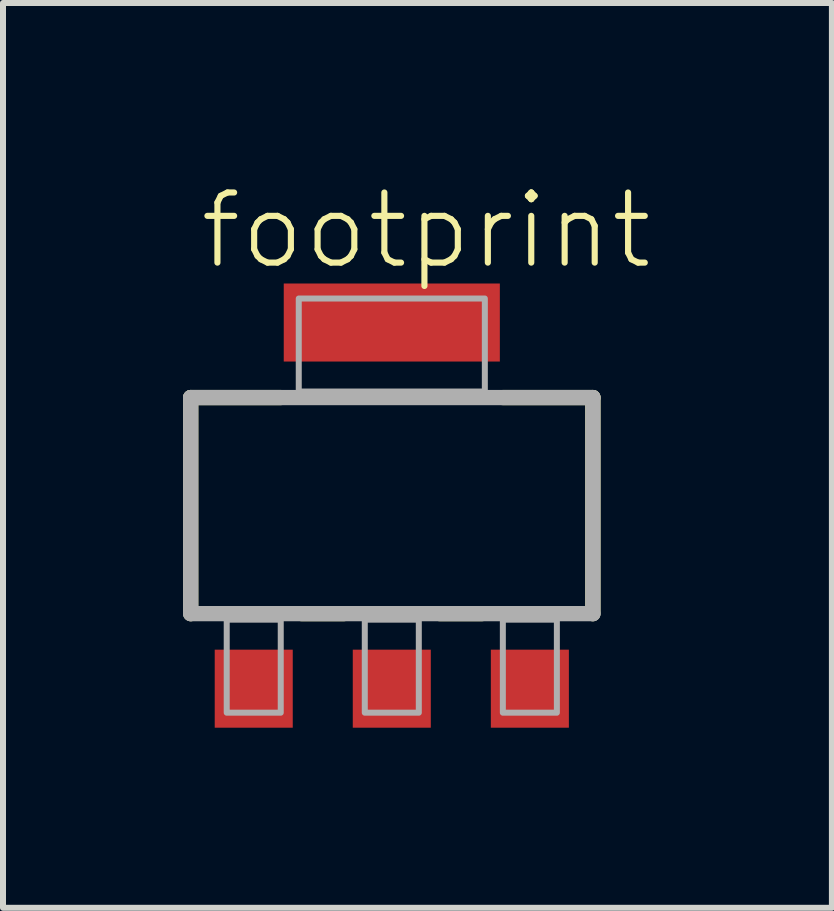
<source format=kicad_pcb>
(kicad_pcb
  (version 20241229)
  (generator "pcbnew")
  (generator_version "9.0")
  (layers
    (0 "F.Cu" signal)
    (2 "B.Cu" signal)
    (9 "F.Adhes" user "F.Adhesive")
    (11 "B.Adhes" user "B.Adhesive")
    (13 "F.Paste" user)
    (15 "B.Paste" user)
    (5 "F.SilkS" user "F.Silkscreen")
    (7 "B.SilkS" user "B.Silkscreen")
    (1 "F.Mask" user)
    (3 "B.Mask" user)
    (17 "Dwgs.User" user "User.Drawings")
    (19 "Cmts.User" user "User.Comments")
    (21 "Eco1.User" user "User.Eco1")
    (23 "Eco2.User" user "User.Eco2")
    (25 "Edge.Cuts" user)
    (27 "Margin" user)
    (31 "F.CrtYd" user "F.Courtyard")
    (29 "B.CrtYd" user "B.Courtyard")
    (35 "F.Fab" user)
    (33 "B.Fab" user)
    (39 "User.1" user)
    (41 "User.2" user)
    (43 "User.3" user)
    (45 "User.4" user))
  (footprint "footprint"
    (layer "F.Cu")
    (at 3.477 5.373)
    (property "Reference" "footprint" (at -3.25 -3.9 0) (layer "F.SilkS") (effects (font (size 1.168 1.168) (thickness 0.102)) (justify left bottom)))
    (fp_line (start -3.35 -1.8) (end -1.85 -1.8) (stroke (width 0.254) (type solid)) (layer "F.SilkS"))
    (fp_line (start -3.35 1.8) (end -3.35 -1.8) (stroke (width 0.254) (type solid)) (layer "F.SilkS"))
    (fp_line (start -1.5 1.8) (end -0.8 1.8) (stroke (width 0.254) (type solid)) (layer "F.SilkS"))
    (fp_line (start 0.8 1.8) (end 1.5 1.8) (stroke (width 0.254) (type solid)) (layer "F.SilkS"))
    (fp_line (start 3.35 -1.8) (end 1.85 -1.8) (stroke (width 0.254) (type solid)) (layer "F.SilkS"))
    (fp_line (start 3.35 1.8) (end 3.35 -1.8) (stroke (width 0.254) (type solid)) (layer "F.SilkS"))
    (fp_line (start -3.35 -1.8) (end -3.35 1.8) (stroke (width 0.254) (type solid)) (layer "F.Fab"))
    (fp_line (start -3.35 1.8) (end 3.35 1.8) (stroke (width 0.254) (type solid)) (layer "F.Fab"))
    (fp_line (start 3.35 -1.8) (end -3.35 -1.8) (stroke (width 0.254) (type solid)) (layer "F.Fab"))
    (fp_line (start 3.35 1.8) (end 3.35 -1.8) (stroke (width 0.254) (type solid)) (layer "F.Fab"))
    (fp_poly (pts (xy -2.75 3.45) (xy -1.85 3.45) (xy -1.85 1.9) (xy -2.75 1.9)) (stroke (width 0.1) (type solid)) (fill no) (layer "F.Fab"))
    (fp_poly (pts (xy -1.55 -1.9) (xy 1.55 -1.9) (xy 1.55 -3.45) (xy -1.55 -3.45)) (stroke (width 0.1) (type solid)) (fill no) (layer "F.Fab"))
    (fp_poly (pts (xy -0.45 3.45) (xy 0.45 3.45) (xy 0.45 1.9) (xy -0.45 1.9)) (stroke (width 0.1) (type solid)) (fill no) (layer "F.Fab"))
    (fp_poly (pts (xy 1.85 3.45) (xy 2.75 3.45) (xy 2.75 1.9) (xy 1.85 1.9)) (stroke (width 0.1) (type solid)) (fill no) (layer "F.Fab"))
    (pad "1" smd rect (at -2.3 3.05) (size 1.3 1.3) (layers "F.Cu" "F.Mask" "F.Paste"))
    (pad "2" smd rect (at 0 3.05) (size 1.3 1.3) (layers "F.Cu" "F.Mask" "F.Paste"))
    (pad "3" smd rect (at 2.3 3.05) (size 1.3 1.3) (layers "F.Cu" "F.Mask" "F.Paste"))
    (pad "4" smd rect (at 0 -3.05) (size 3.6 1.3) (layers "F.Cu" "F.Mask" "F.Paste")))
  (gr_rect
    (start -3 -3)
    (end 10.809 12.073)
    (stroke (width 0.1) (type default))
    (fill no)
    (layer "Edge.Cuts")))
</source>
